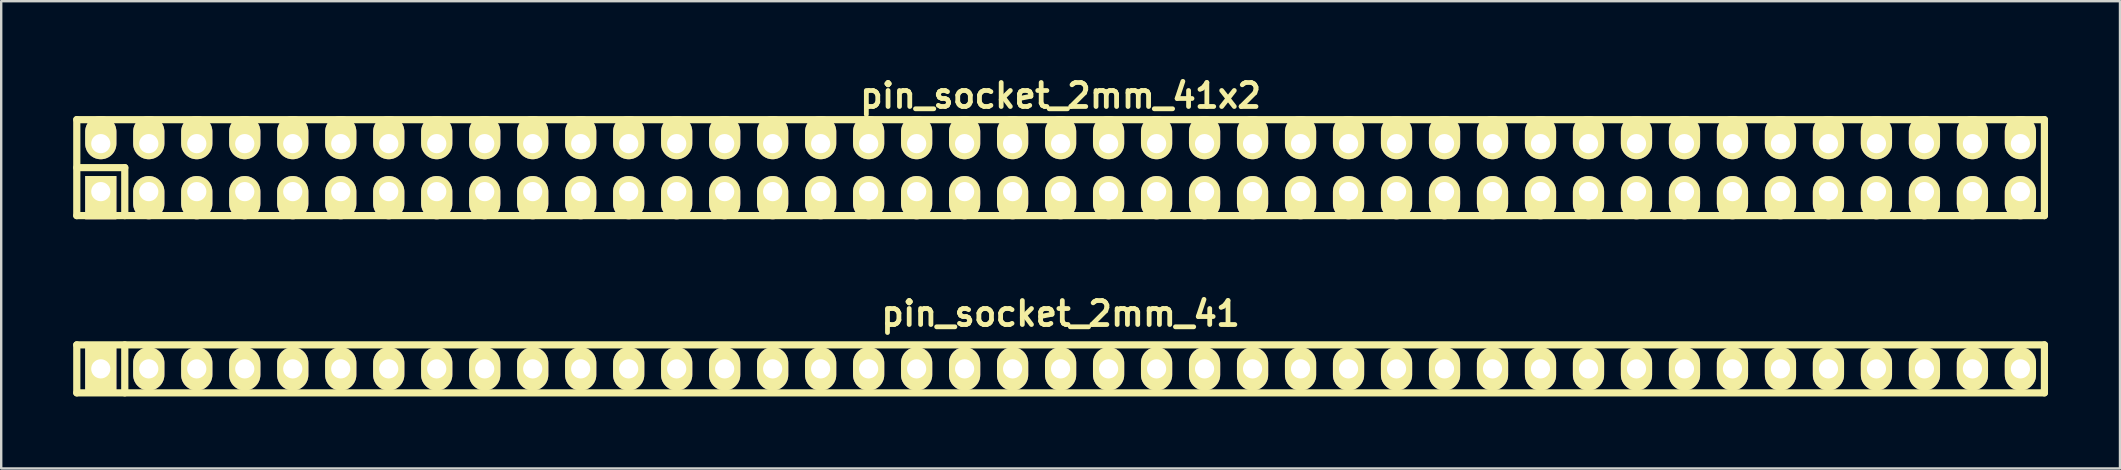
<source format=kicad_pcb>
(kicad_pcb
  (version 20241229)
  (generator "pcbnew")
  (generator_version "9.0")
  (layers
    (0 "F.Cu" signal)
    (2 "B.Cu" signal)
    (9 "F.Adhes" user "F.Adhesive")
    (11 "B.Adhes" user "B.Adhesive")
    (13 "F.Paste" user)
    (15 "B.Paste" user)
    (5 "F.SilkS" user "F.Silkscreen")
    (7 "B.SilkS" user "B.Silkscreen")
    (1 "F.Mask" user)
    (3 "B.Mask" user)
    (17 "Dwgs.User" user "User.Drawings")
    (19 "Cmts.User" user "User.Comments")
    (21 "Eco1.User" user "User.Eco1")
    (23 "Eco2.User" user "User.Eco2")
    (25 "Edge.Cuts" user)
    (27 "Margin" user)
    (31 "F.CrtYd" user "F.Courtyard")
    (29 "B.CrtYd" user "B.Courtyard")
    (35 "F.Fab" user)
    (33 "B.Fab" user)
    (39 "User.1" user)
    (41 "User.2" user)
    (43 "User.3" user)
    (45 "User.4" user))
  (footprint "pin_socket_2mm_41x2"
    (layer "F.Cu")
    (at 41.15 3.936)
    (property "Reference" "pin_socket_2mm_41x2" (at 0 -3 0) (layer "F.SilkS") (effects (font (size 1 1) (thickness 0.2))))
    (attr through_hole)
    (fp_line (start -41 -2) (end 41 -2) (stroke (width 0.3) (type solid)) (layer "F.SilkS"))
    (fp_line (start -41 0) (end -39 0) (stroke (width 0.3) (type solid)) (layer "F.SilkS"))
    (fp_line (start -41 2) (end -41 -2) (stroke (width 0.3) (type solid)) (layer "F.SilkS"))
    (fp_line (start -39 0) (end -39 2) (stroke (width 0.3) (type solid)) (layer "F.SilkS"))
    (fp_line (start 41 -2) (end 41 2) (stroke (width 0.3) (type solid)) (layer "F.SilkS"))
    (fp_line (start 41 2) (end -41 2) (stroke (width 0.3) (type solid)) (layer "F.SilkS"))
    (pad "1" thru_hole rect (at -40 1) (size 1.3 1.8) (drill 0.8 (offset 0 0.25)) (layers "*.Cu" "*.Mask" "F.SilkS"))
    (pad "2" thru_hole oval (at -40 -1) (size 1.3 1.8) (drill 0.8 (offset 0 -0.25)) (layers "*.Cu" "*.Mask" "F.SilkS"))
    (pad "3" thru_hole oval (at -38 1) (size 1.3 1.8) (drill 0.8 (offset 0 0.25)) (layers "*.Cu" "*.Mask" "F.SilkS"))
    (pad "4" thru_hole oval (at -38 -1) (size 1.3 1.8) (drill 0.8 (offset 0 -0.25)) (layers "*.Cu" "*.Mask" "F.SilkS"))
    (pad "5" thru_hole oval (at -36 1) (size 1.3 1.8) (drill 0.8 (offset 0 0.25)) (layers "*.Cu" "*.Mask" "F.SilkS"))
    (pad "6" thru_hole oval (at -36 -1) (size 1.3 1.8) (drill 0.8 (offset 0 -0.25)) (layers "*.Cu" "*.Mask" "F.SilkS"))
    (pad "7" thru_hole oval (at -34 1) (size 1.3 1.8) (drill 0.8 (offset 0 0.25)) (layers "*.Cu" "*.Mask" "F.SilkS"))
    (pad "8" thru_hole oval (at -34 -1) (size 1.3 1.8) (drill 0.8 (offset 0 -0.25)) (layers "*.Cu" "*.Mask" "F.SilkS"))
    (pad "9" thru_hole oval (at -32 1) (size 1.3 1.8) (drill 0.8 (offset 0 0.25)) (layers "*.Cu" "*.Mask" "F.SilkS"))
    (pad "10" thru_hole oval (at -32 -1) (size 1.3 1.8) (drill 0.8 (offset 0 -0.25)) (layers "*.Cu" "*.Mask" "F.SilkS"))
    (pad "11" thru_hole oval (at -30 1) (size 1.3 1.8) (drill 0.8 (offset 0 0.25)) (layers "*.Cu" "*.Mask" "F.SilkS"))
    (pad "12" thru_hole oval (at -30 -1) (size 1.3 1.8) (drill 0.8 (offset 0 -0.25)) (layers "*.Cu" "*.Mask" "F.SilkS"))
    (pad "13" thru_hole oval (at -28 1) (size 1.3 1.8) (drill 0.8 (offset 0 0.25)) (layers "*.Cu" "*.Mask" "F.SilkS"))
    (pad "14" thru_hole oval (at -28 -1) (size 1.3 1.8) (drill 0.8 (offset 0 -0.25)) (layers "*.Cu" "*.Mask" "F.SilkS"))
    (pad "15" thru_hole oval (at -26 1) (size 1.3 1.8) (drill 0.8 (offset 0 0.25)) (layers "*.Cu" "*.Mask" "F.SilkS"))
    (pad "16" thru_hole oval (at -26 -1) (size 1.3 1.8) (drill 0.8 (offset 0 -0.25)) (layers "*.Cu" "*.Mask" "F.SilkS"))
    (pad "17" thru_hole oval (at -24 1) (size 1.3 1.8) (drill 0.8 (offset 0 0.25)) (layers "*.Cu" "*.Mask" "F.SilkS"))
    (pad "18" thru_hole oval (at -24 -1) (size 1.3 1.8) (drill 0.8 (offset 0 -0.25)) (layers "*.Cu" "*.Mask" "F.SilkS"))
    (pad "19" thru_hole oval (at -22 1) (size 1.3 1.8) (drill 0.8 (offset 0 0.25)) (layers "*.Cu" "*.Mask" "F.SilkS"))
    (pad "20" thru_hole oval (at -22 -1) (size 1.3 1.8) (drill 0.8 (offset 0 -0.25)) (layers "*.Cu" "*.Mask" "F.SilkS"))
    (pad "21" thru_hole oval (at -20 1) (size 1.3 1.8) (drill 0.8 (offset 0 0.25)) (layers "*.Cu" "*.Mask" "F.SilkS"))
    (pad "22" thru_hole oval (at -20 -1) (size 1.3 1.8) (drill 0.8 (offset 0 -0.25)) (layers "*.Cu" "*.Mask" "F.SilkS"))
    (pad "23" thru_hole oval (at -18 1) (size 1.3 1.8) (drill 0.8 (offset 0 0.25)) (layers "*.Cu" "*.Mask" "F.SilkS"))
    (pad "24" thru_hole oval (at -18 -1) (size 1.3 1.8) (drill 0.8 (offset 0 -0.25)) (layers "*.Cu" "*.Mask" "F.SilkS"))
    (pad "25" thru_hole oval (at -16 1) (size 1.3 1.8) (drill 0.8 (offset 0 0.25)) (layers "*.Cu" "*.Mask" "F.SilkS"))
    (pad "26" thru_hole oval (at -16 -1) (size 1.3 1.8) (drill 0.8 (offset 0 -0.25)) (layers "*.Cu" "*.Mask" "F.SilkS"))
    (pad "27" thru_hole oval (at -14 1) (size 1.3 1.8) (drill 0.8 (offset 0 0.25)) (layers "*.Cu" "*.Mask" "F.SilkS"))
    (pad "28" thru_hole oval (at -14 -1) (size 1.3 1.8) (drill 0.8 (offset 0 -0.25)) (layers "*.Cu" "*.Mask" "F.SilkS"))
    (pad "29" thru_hole oval (at -12 1) (size 1.3 1.8) (drill 0.8 (offset 0 0.25)) (layers "*.Cu" "*.Mask" "F.SilkS"))
    (pad "30" thru_hole oval (at -12 -1) (size 1.3 1.8) (drill 0.8 (offset 0 -0.25)) (layers "*.Cu" "*.Mask" "F.SilkS"))
    (pad "31" thru_hole oval (at -10 1) (size 1.3 1.8) (drill 0.8 (offset 0 0.25)) (layers "*.Cu" "*.Mask" "F.SilkS"))
    (pad "32" thru_hole oval (at -10 -1) (size 1.3 1.8) (drill 0.8 (offset 0 -0.25)) (layers "*.Cu" "*.Mask" "F.SilkS"))
    (pad "33" thru_hole oval (at -8 1) (size 1.3 1.8) (drill 0.8 (offset 0 0.25)) (layers "*.Cu" "*.Mask" "F.SilkS"))
    (pad "34" thru_hole oval (at -8 -1) (size 1.3 1.8) (drill 0.8 (offset 0 -0.25)) (layers "*.Cu" "*.Mask" "F.SilkS"))
    (pad "35" thru_hole oval (at -6 1) (size 1.3 1.8) (drill 0.8 (offset 0 0.25)) (layers "*.Cu" "*.Mask" "F.SilkS"))
    (pad "36" thru_hole oval (at -6 -1) (size 1.3 1.8) (drill 0.8 (offset 0 -0.25)) (layers "*.Cu" "*.Mask" "F.SilkS"))
    (pad "37" thru_hole oval (at -4 1) (size 1.3 1.8) (drill 0.8 (offset 0 0.25)) (layers "*.Cu" "*.Mask" "F.SilkS"))
    (pad "38" thru_hole oval (at -4 -1) (size 1.3 1.8) (drill 0.8 (offset 0 -0.25)) (layers "*.Cu" "*.Mask" "F.SilkS"))
    (pad "39" thru_hole oval (at -2 1) (size 1.3 1.8) (drill 0.8 (offset 0 0.25)) (layers "*.Cu" "*.Mask" "F.SilkS"))
    (pad "40" thru_hole oval (at -2 -1) (size 1.3 1.8) (drill 0.8 (offset 0 -0.25)) (layers "*.Cu" "*.Mask" "F.SilkS"))
    (pad "41" thru_hole oval (at 0 1) (size 1.3 1.8) (drill 0.8 (offset 0 0.25)) (layers "*.Cu" "*.Mask" "F.SilkS"))
    (pad "42" thru_hole oval (at 0 -1) (size 1.3 1.8) (drill 0.8 (offset 0 -0.25)) (layers "*.Cu" "*.Mask" "F.SilkS"))
    (pad "43" thru_hole oval (at 2 1) (size 1.3 1.8) (drill 0.8 (offset 0 0.25)) (layers "*.Cu" "*.Mask" "F.SilkS"))
    (pad "44" thru_hole oval (at 2 -1) (size 1.3 1.8) (drill 0.8 (offset 0 -0.25)) (layers "*.Cu" "*.Mask" "F.SilkS"))
    (pad "45" thru_hole oval (at 4 1) (size 1.3 1.8) (drill 0.8 (offset 0 0.25)) (layers "*.Cu" "*.Mask" "F.SilkS"))
    (pad "46" thru_hole oval (at 4 -1) (size 1.3 1.8) (drill 0.8 (offset 0 -0.25)) (layers "*.Cu" "*.Mask" "F.SilkS"))
    (pad "47" thru_hole oval (at 6 1) (size 1.3 1.8) (drill 0.8 (offset 0 0.25)) (layers "*.Cu" "*.Mask" "F.SilkS"))
    (pad "48" thru_hole oval (at 6 -1) (size 1.3 1.8) (drill 0.8 (offset 0 -0.25)) (layers "*.Cu" "*.Mask" "F.SilkS"))
    (pad "49" thru_hole oval (at 8 1) (size 1.3 1.8) (drill 0.8 (offset 0 0.25)) (layers "*.Cu" "*.Mask" "F.SilkS"))
    (pad "50" thru_hole oval (at 8 -1) (size 1.3 1.8) (drill 0.8 (offset 0 -0.25)) (layers "*.Cu" "*.Mask" "F.SilkS"))
    (pad "51" thru_hole oval (at 10 1) (size 1.3 1.8) (drill 0.8 (offset 0 0.25)) (layers "*.Cu" "*.Mask" "F.SilkS"))
    (pad "52" thru_hole oval (at 10 -1) (size 1.3 1.8) (drill 0.8 (offset 0 -0.25)) (layers "*.Cu" "*.Mask" "F.SilkS"))
    (pad "53" thru_hole oval (at 12 1) (size 1.3 1.8) (drill 0.8 (offset 0 0.25)) (layers "*.Cu" "*.Mask" "F.SilkS"))
    (pad "54" thru_hole oval (at 12 -1) (size 1.3 1.8) (drill 0.8 (offset 0 -0.25)) (layers "*.Cu" "*.Mask" "F.SilkS"))
    (pad "55" thru_hole oval (at 14 1) (size 1.3 1.8) (drill 0.8 (offset 0 0.25)) (layers "*.Cu" "*.Mask" "F.SilkS"))
    (pad "56" thru_hole oval (at 14 -1) (size 1.3 1.8) (drill 0.8 (offset 0 -0.25)) (layers "*.Cu" "*.Mask" "F.SilkS"))
    (pad "57" thru_hole oval (at 16 1) (size 1.3 1.8) (drill 0.8 (offset 0 0.25)) (layers "*.Cu" "*.Mask" "F.SilkS"))
    (pad "58" thru_hole oval (at 16 -1) (size 1.3 1.8) (drill 0.8 (offset 0 -0.25)) (layers "*.Cu" "*.Mask" "F.SilkS"))
    (pad "59" thru_hole oval (at 18 1) (size 1.3 1.8) (drill 0.8 (offset 0 0.25)) (layers "*.Cu" "*.Mask" "F.SilkS"))
    (pad "60" thru_hole oval (at 18 -1) (size 1.3 1.8) (drill 0.8 (offset 0 -0.25)) (layers "*.Cu" "*.Mask" "F.SilkS"))
    (pad "61" thru_hole oval (at 20 1) (size 1.3 1.8) (drill 0.8 (offset 0 0.25)) (layers "*.Cu" "*.Mask" "F.SilkS"))
    (pad "62" thru_hole oval (at 20 -1) (size 1.3 1.8) (drill 0.8 (offset 0 -0.25)) (layers "*.Cu" "*.Mask" "F.SilkS"))
    (pad "63" thru_hole oval (at 22 1) (size 1.3 1.8) (drill 0.8 (offset 0 0.25)) (layers "*.Cu" "*.Mask" "F.SilkS"))
    (pad "64" thru_hole oval (at 22 -1) (size 1.3 1.8) (drill 0.8 (offset 0 -0.25)) (layers "*.Cu" "*.Mask" "F.SilkS"))
    (pad "65" thru_hole oval (at 24 1) (size 1.3 1.8) (drill 0.8 (offset 0 0.25)) (layers "*.Cu" "*.Mask" "F.SilkS"))
    (pad "66" thru_hole oval (at 24 -1) (size 1.3 1.8) (drill 0.8 (offset 0 -0.25)) (layers "*.Cu" "*.Mask" "F.SilkS"))
    (pad "67" thru_hole oval (at 26 1) (size 1.3 1.8) (drill 0.8 (offset 0 0.25)) (layers "*.Cu" "*.Mask" "F.SilkS"))
    (pad "68" thru_hole oval (at 26 -1) (size 1.3 1.8) (drill 0.8 (offset 0 -0.25)) (layers "*.Cu" "*.Mask" "F.SilkS"))
    (pad "69" thru_hole oval (at 28 1) (size 1.3 1.8) (drill 0.8 (offset 0 0.25)) (layers "*.Cu" "*.Mask" "F.SilkS"))
    (pad "70" thru_hole oval (at 28 -1) (size 1.3 1.8) (drill 0.8 (offset 0 -0.25)) (layers "*.Cu" "*.Mask" "F.SilkS"))
    (pad "71" thru_hole oval (at 30 1) (size 1.3 1.8) (drill 0.8 (offset 0 0.25)) (layers "*.Cu" "*.Mask" "F.SilkS"))
    (pad "72" thru_hole oval (at 30 -1) (size 1.3 1.8) (drill 0.8 (offset 0 -0.25)) (layers "*.Cu" "*.Mask" "F.SilkS"))
    (pad "73" thru_hole oval (at 32 1) (size 1.3 1.8) (drill 0.8 (offset 0 0.25)) (layers "*.Cu" "*.Mask" "F.SilkS"))
    (pad "74" thru_hole oval (at 32 -1) (size 1.3 1.8) (drill 0.8 (offset 0 -0.25)) (layers "*.Cu" "*.Mask" "F.SilkS"))
    (pad "75" thru_hole oval (at 34 1) (size 1.3 1.8) (drill 0.8 (offset 0 0.25)) (layers "*.Cu" "*.Mask" "F.SilkS"))
    (pad "76" thru_hole oval (at 34 -1) (size 1.3 1.8) (drill 0.8 (offset 0 -0.25)) (layers "*.Cu" "*.Mask" "F.SilkS"))
    (pad "77" thru_hole oval (at 36 1) (size 1.3 1.8) (drill 0.8 (offset 0 0.25)) (layers "*.Cu" "*.Mask" "F.SilkS"))
    (pad "78" thru_hole oval (at 36 -1) (size 1.3 1.8) (drill 0.8 (offset 0 -0.25)) (layers "*.Cu" "*.Mask" "F.SilkS"))
    (pad "79" thru_hole oval (at 38 1) (size 1.3 1.8) (drill 0.8 (offset 0 0.25)) (layers "*.Cu" "*.Mask" "F.SilkS"))
    (pad "80" thru_hole oval (at 38 -1) (size 1.3 1.8) (drill 0.8 (offset 0 -0.25)) (layers "*.Cu" "*.Mask" "F.SilkS"))
    (pad "81" thru_hole oval (at 40 1) (size 1.3 1.8) (drill 0.8 (offset 0 0.25)) (layers "*.Cu" "*.Mask" "F.SilkS"))
    (pad "82" thru_hole oval (at 40 -1) (size 1.3 1.8) (drill 0.8 (offset 0 -0.25)) (layers "*.Cu" "*.Mask" "F.SilkS")))
  (footprint "pin_socket_2mm_41"
    (layer "F.Cu")
    (at 41.15 12.322)
    (property "Reference" "pin_socket_2mm_41" (at 0 -2.3 0) (layer "F.SilkS") (effects (font (size 1 1) (thickness 0.2))))
    (attr through_hole)
    (fp_line (start -41 -1) (end 41 -1) (stroke (width 0.3) (type solid)) (layer "F.SilkS"))
    (fp_line (start -41 1) (end -41 -1) (stroke (width 0.3) (type solid)) (layer "F.SilkS"))
    (fp_line (start -39 -1) (end -39 1) (stroke (width 0.3) (type solid)) (layer "F.SilkS"))
    (fp_line (start 41 -1) (end 41 1) (stroke (width 0.3) (type solid)) (layer "F.SilkS"))
    (fp_line (start 41 1) (end -41 1) (stroke (width 0.3) (type solid)) (layer "F.SilkS"))
    (pad "1" thru_hole rect (at -40 0) (size 1.3 1.8) (drill 0.8) (layers "*.Cu" "*.Mask" "F.SilkS"))
    (pad "2" thru_hole oval (at -38 0) (size 1.3 1.8) (drill 0.8) (layers "*.Cu" "*.Mask" "F.SilkS"))
    (pad "3" thru_hole oval (at -36 0) (size 1.3 1.8) (drill 0.8) (layers "*.Cu" "*.Mask" "F.SilkS"))
    (pad "4" thru_hole oval (at -34 0) (size 1.3 1.8) (drill 0.8) (layers "*.Cu" "*.Mask" "F.SilkS"))
    (pad "5" thru_hole oval (at -32 0) (size 1.3 1.8) (drill 0.8) (layers "*.Cu" "*.Mask" "F.SilkS"))
    (pad "6" thru_hole oval (at -30 0) (size 1.3 1.8) (drill 0.8) (layers "*.Cu" "*.Mask" "F.SilkS"))
    (pad "7" thru_hole oval (at -28 0) (size 1.3 1.8) (drill 0.8) (layers "*.Cu" "*.Mask" "F.SilkS"))
    (pad "8" thru_hole oval (at -26 0) (size 1.3 1.8) (drill 0.8) (layers "*.Cu" "*.Mask" "F.SilkS"))
    (pad "9" thru_hole oval (at -24 0) (size 1.3 1.8) (drill 0.8) (layers "*.Cu" "*.Mask" "F.SilkS"))
    (pad "10" thru_hole oval (at -22 0) (size 1.3 1.8) (drill 0.8) (layers "*.Cu" "*.Mask" "F.SilkS"))
    (pad "11" thru_hole oval (at -20 0) (size 1.3 1.8) (drill 0.8) (layers "*.Cu" "*.Mask" "F.SilkS"))
    (pad "12" thru_hole oval (at -18 0) (size 1.3 1.8) (drill 0.8) (layers "*.Cu" "*.Mask" "F.SilkS"))
    (pad "13" thru_hole oval (at -16 0) (size 1.3 1.8) (drill 0.8) (layers "*.Cu" "*.Mask" "F.SilkS"))
    (pad "14" thru_hole oval (at -14 0) (size 1.3 1.8) (drill 0.8) (layers "*.Cu" "*.Mask" "F.SilkS"))
    (pad "15" thru_hole oval (at -12 0) (size 1.3 1.8) (drill 0.8) (layers "*.Cu" "*.Mask" "F.SilkS"))
    (pad "16" thru_hole oval (at -10 0) (size 1.3 1.8) (drill 0.8) (layers "*.Cu" "*.Mask" "F.SilkS"))
    (pad "17" thru_hole oval (at -8 0) (size 1.3 1.8) (drill 0.8) (layers "*.Cu" "*.Mask" "F.SilkS"))
    (pad "18" thru_hole oval (at -6 0) (size 1.3 1.8) (drill 0.8) (layers "*.Cu" "*.Mask" "F.SilkS"))
    (pad "19" thru_hole oval (at -4 0) (size 1.3 1.8) (drill 0.8) (layers "*.Cu" "*.Mask" "F.SilkS"))
    (pad "20" thru_hole oval (at -2 0) (size 1.3 1.8) (drill 0.8) (layers "*.Cu" "*.Mask" "F.SilkS"))
    (pad "21" thru_hole oval (at 0 0) (size 1.3 1.8) (drill 0.8) (layers "*.Cu" "*.Mask" "F.SilkS"))
    (pad "22" thru_hole oval (at 2 0) (size 1.3 1.8) (drill 0.8) (layers "*.Cu" "*.Mask" "F.SilkS"))
    (pad "23" thru_hole oval (at 4 0) (size 1.3 1.8) (drill 0.8) (layers "*.Cu" "*.Mask" "F.SilkS"))
    (pad "24" thru_hole oval (at 6 0) (size 1.3 1.8) (drill 0.8) (layers "*.Cu" "*.Mask" "F.SilkS"))
    (pad "25" thru_hole oval (at 8 0) (size 1.3 1.8) (drill 0.8) (layers "*.Cu" "*.Mask" "F.SilkS"))
    (pad "26" thru_hole oval (at 10 0) (size 1.3 1.8) (drill 0.8) (layers "*.Cu" "*.Mask" "F.SilkS"))
    (pad "27" thru_hole oval (at 12 0) (size 1.3 1.8) (drill 0.8) (layers "*.Cu" "*.Mask" "F.SilkS"))
    (pad "28" thru_hole oval (at 14 0) (size 1.3 1.8) (drill 0.8) (layers "*.Cu" "*.Mask" "F.SilkS"))
    (pad "29" thru_hole oval (at 16 0) (size 1.3 1.8) (drill 0.8) (layers "*.Cu" "*.Mask" "F.SilkS"))
    (pad "30" thru_hole oval (at 18 0) (size 1.3 1.8) (drill 0.8) (layers "*.Cu" "*.Mask" "F.SilkS"))
    (pad "31" thru_hole oval (at 20 0) (size 1.3 1.8) (drill 0.8) (layers "*.Cu" "*.Mask" "F.SilkS"))
    (pad "32" thru_hole oval (at 22 0) (size 1.3 1.8) (drill 0.8) (layers "*.Cu" "*.Mask" "F.SilkS"))
    (pad "33" thru_hole oval (at 24 0) (size 1.3 1.8) (drill 0.8) (layers "*.Cu" "*.Mask" "F.SilkS"))
    (pad "34" thru_hole oval (at 26 0) (size 1.3 1.8) (drill 0.8) (layers "*.Cu" "*.Mask" "F.SilkS"))
    (pad "35" thru_hole oval (at 28 0) (size 1.3 1.8) (drill 0.8) (layers "*.Cu" "*.Mask" "F.SilkS"))
    (pad "36" thru_hole oval (at 30 0) (size 1.3 1.8) (drill 0.8) (layers "*.Cu" "*.Mask" "F.SilkS"))
    (pad "37" thru_hole oval (at 32 0) (size 1.3 1.8) (drill 0.8) (layers "*.Cu" "*.Mask" "F.SilkS"))
    (pad "38" thru_hole oval (at 34 0) (size 1.3 1.8) (drill 0.8) (layers "*.Cu" "*.Mask" "F.SilkS"))
    (pad "39" thru_hole oval (at 36 0) (size 1.3 1.8) (drill 0.8) (layers "*.Cu" "*.Mask" "F.SilkS"))
    (pad "40" thru_hole oval (at 38 0) (size 1.3 1.8) (drill 0.8) (layers "*.Cu" "*.Mask" "F.SilkS"))
    (pad "41" thru_hole oval (at 40 0) (size 1.3 1.8) (drill 0.8) (layers "*.Cu" "*.Mask" "F.SilkS")))
  (gr_rect
    (start -3 -3)
    (end 85.3 16.472)
    (stroke (width 0.1) (type default))
    (fill no)
    (layer "Edge.Cuts")))
</source>
